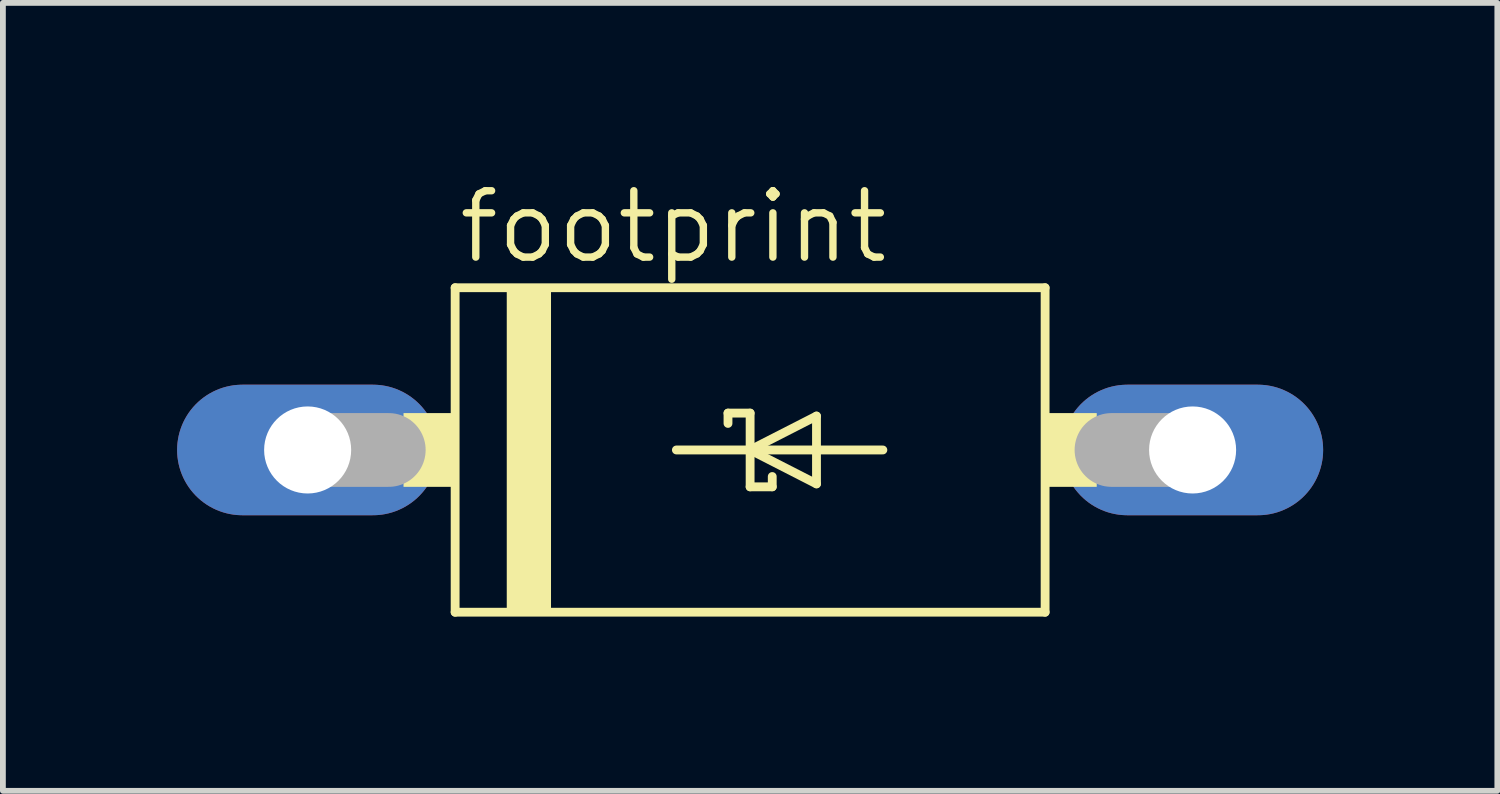
<source format=kicad_pcb>
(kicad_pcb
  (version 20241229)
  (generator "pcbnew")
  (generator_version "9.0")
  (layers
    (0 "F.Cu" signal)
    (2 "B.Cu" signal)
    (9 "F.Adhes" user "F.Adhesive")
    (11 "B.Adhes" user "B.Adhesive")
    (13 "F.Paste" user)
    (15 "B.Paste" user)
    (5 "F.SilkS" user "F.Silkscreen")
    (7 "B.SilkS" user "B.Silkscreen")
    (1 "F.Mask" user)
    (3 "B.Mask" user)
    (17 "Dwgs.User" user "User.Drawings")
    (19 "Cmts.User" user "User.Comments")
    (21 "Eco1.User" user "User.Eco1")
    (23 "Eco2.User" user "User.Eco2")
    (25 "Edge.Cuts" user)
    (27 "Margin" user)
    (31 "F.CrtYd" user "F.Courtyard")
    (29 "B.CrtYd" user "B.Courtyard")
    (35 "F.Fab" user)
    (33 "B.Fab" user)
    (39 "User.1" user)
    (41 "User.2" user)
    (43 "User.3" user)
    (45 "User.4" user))
  (footprint "footprint"
    (layer "F.Cu")
    (at 9.868 4.699)
    (property "Reference" "footprint" (at -5.08 -3.175 0) (layer "F.SilkS") (effects (font (size 1.143 1.143) (thickness 0.127)) (justify left bottom)))
    (fp_line (start -5.08 -2.794) (end 5.08 -2.794) (stroke (width 0.152) (type solid)) (layer "F.SilkS"))
    (fp_line (start -5.08 2.794) (end -5.08 -2.794) (stroke (width 0.152) (type solid)) (layer "F.SilkS"))
    (fp_line (start -1.27 0) (end 0 0) (stroke (width 0.152) (type solid)) (layer "F.SilkS"))
    (fp_line (start -0.381 -0.635) (end 0 -0.635) (stroke (width 0.152) (type solid)) (layer "F.SilkS"))
    (fp_line (start -0.381 -0.457) (end -0.381 -0.635) (stroke (width 0.152) (type solid)) (layer "F.SilkS"))
    (fp_line (start 0 -0.635) (end 0 0) (stroke (width 0.152) (type solid)) (layer "F.SilkS"))
    (fp_line (start 0 0) (end 1.143 -0.584) (stroke (width 0.152) (type solid)) (layer "F.SilkS"))
    (fp_line (start 0 0) (end 2.286 0) (stroke (width 0.152) (type solid)) (layer "F.SilkS"))
    (fp_line (start 0 0.635) (end 0 0) (stroke (width 0.152) (type solid)) (layer "F.SilkS"))
    (fp_line (start 0.381 0.457) (end 0.381 0.635) (stroke (width 0.152) (type solid)) (layer "F.SilkS"))
    (fp_line (start 0.381 0.635) (end 0 0.635) (stroke (width 0.152) (type solid)) (layer "F.SilkS"))
    (fp_line (start 1.143 -0.584) (end 1.143 0.584) (stroke (width 0.152) (type solid)) (layer "F.SilkS"))
    (fp_line (start 1.143 0.584) (end 0 0) (stroke (width 0.152) (type solid)) (layer "F.SilkS"))
    (fp_line (start 5.08 -2.794) (end 5.08 2.794) (stroke (width 0.152) (type solid)) (layer "F.SilkS"))
    (fp_line (start 5.08 2.794) (end -5.08 2.794) (stroke (width 0.152) (type solid)) (layer "F.SilkS"))
    (fp_poly (pts (xy -5.969 0.635) (xy -5.08 0.635) (xy -5.08 -0.635) (xy -5.969 -0.635)) (stroke (width 0) (type solid)) (fill yes) (layer "F.SilkS"))
    (fp_poly (pts (xy -4.191 2.794) (xy -3.429 2.794) (xy -3.429 -2.794) (xy -4.191 -2.794)) (stroke (width 0) (type solid)) (fill yes) (layer "F.SilkS"))
    (fp_poly (pts (xy 5.08 0.635) (xy 5.969 0.635) (xy 5.969 -0.635) (xy 5.08 -0.635)) (stroke (width 0) (type solid)) (fill yes) (layer "F.SilkS"))
    (fp_line (start -7.62 0) (end -6.223 0) (stroke (width 1.27) (type solid)) (layer "F.Fab"))
    (fp_line (start 7.62 0) (end 6.223 0) (stroke (width 1.27) (type solid)) (layer "F.Fab"))
    (pad "A" thru_hole oval (at 7.62 0) (size 4.496 2.248) (drill 1.499) (layers "*.Cu" "*.Mask"))
    (pad "C" thru_hole oval (at -7.62 0) (size 4.496 2.248) (drill 1.499) (layers "*.Cu" "*.Mask")))
  (gr_rect
    (start -3 -3)
    (end 22.736 10.569)
    (stroke (width 0.1) (type default))
    (fill no)
    (layer "Edge.Cuts")))
</source>
